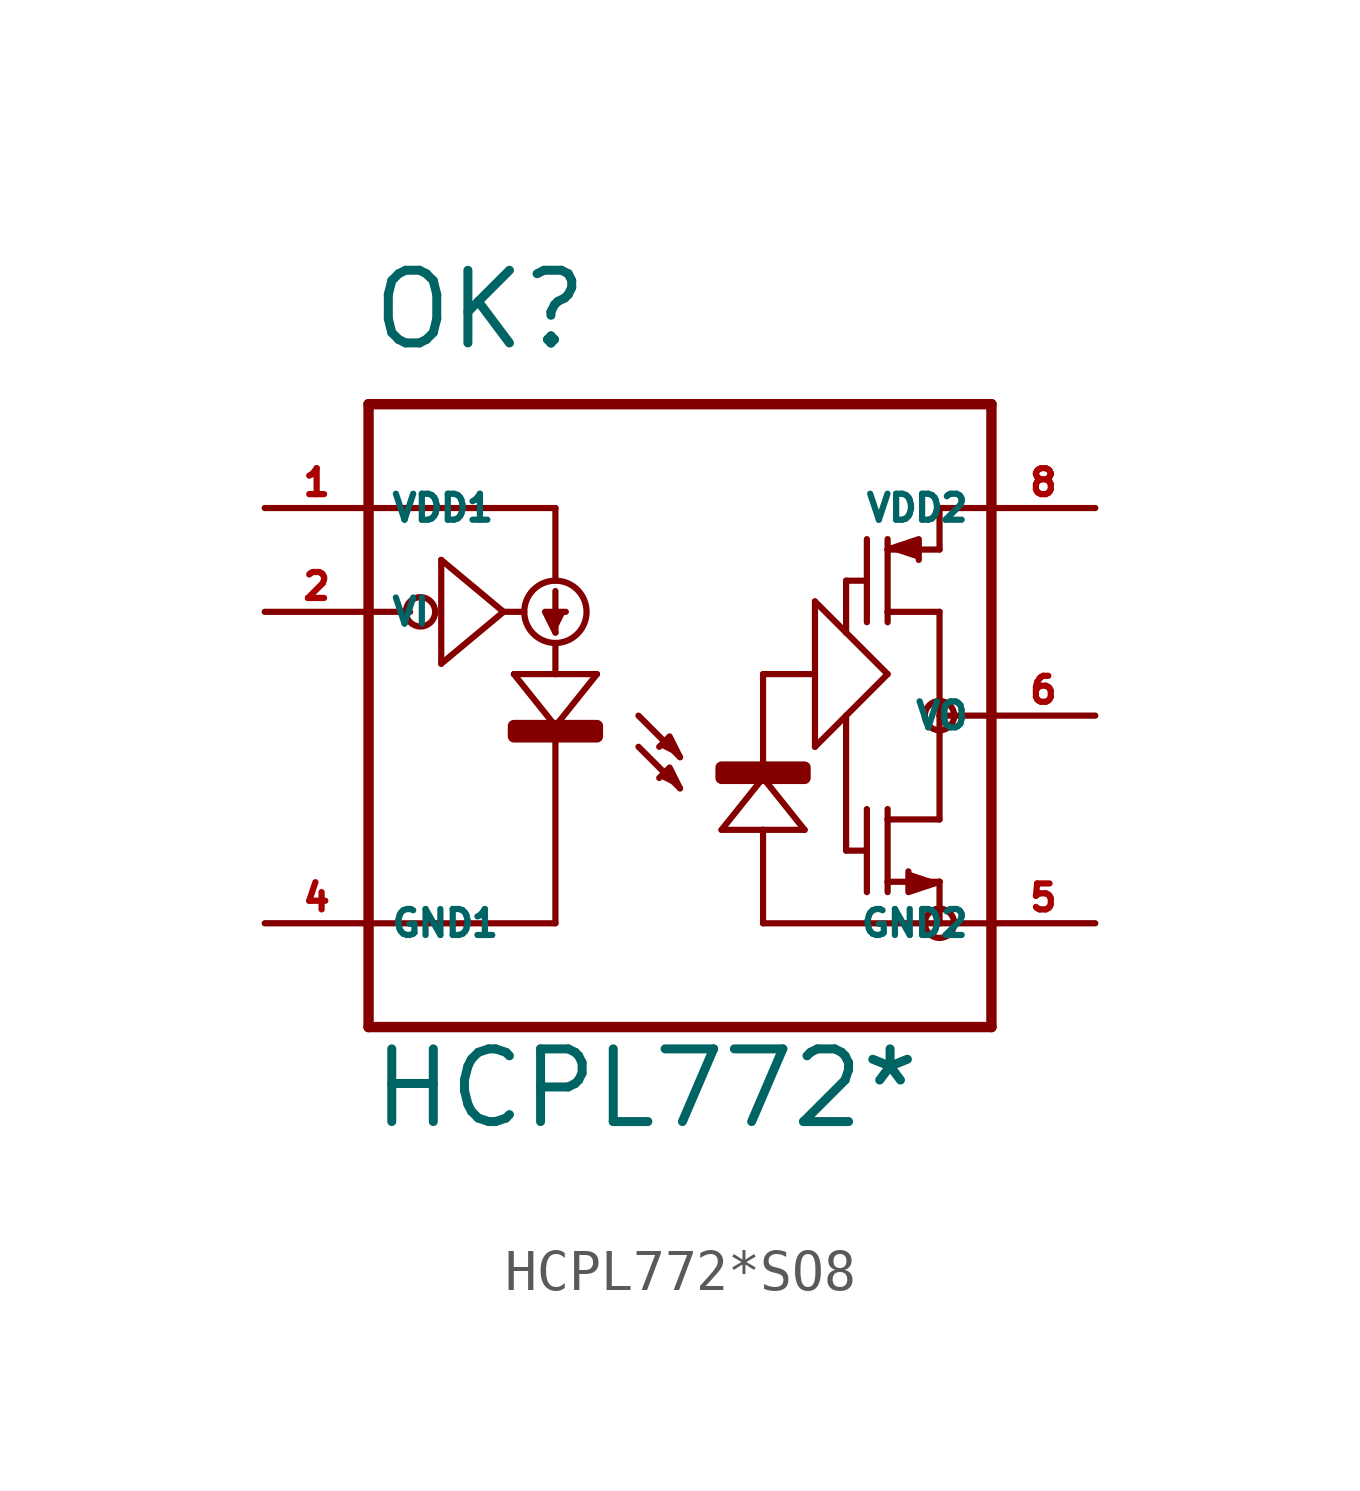
<source format=kicad_sym>
(kicad_symbol_lib
  (version 20220914)
  (generator kicad_symbol_editor)
  (symbol "HCPL772*SO8"
    (property "Reference" "OK"
      (at -10.16 8.89 0)
      (effects (font (size 1.778 1.778) (thickness 0.22)) (justify left bottom)))
    (property "Value" "HCPL772*"
      (at -10.16 -10.16 0)
      (effects (font (size 1.778 1.778) (thickness 0.22)) (justify left bottom)))
    (symbol "HCPL772*SO8_1_1"
      (circle (center -8.89 2.54) (radius 0.359) (stroke (width 0.152) (type default)) (fill (type none)))
      (rectangle (start -6.604 -0.508) (end -4.572 -0.254) (stroke (width 0.3) (type default)) (fill (type outline)))
      (circle (center -5.588 2.54) (radius 0.762) (stroke (width 0.152) (type default)) (fill (type none)))
      (rectangle (start -1.524 -1.524) (end 0.508 -1.27) (stroke (width 0.3) (type default)) (fill (type outline)))
      (polyline (pts (xy -10.16 -7.62) (xy -10.16 -5.08)) (stroke (width 0.254) (type default)) (fill (type none)))
      (polyline (pts (xy -10.16 -5.08) (xy -10.16 2.54)) (stroke (width 0.254) (type default)) (fill (type none)))
      (polyline (pts (xy -10.16 -5.08) (xy -5.588 -5.08)) (stroke (width 0.152) (type default)) (fill (type none)))
      (polyline (pts (xy -10.16 2.54) (xy -10.16 5.08)) (stroke (width 0.254) (type default)) (fill (type none)))
      (polyline (pts (xy -10.16 2.54) (xy -9.144 2.54)) (stroke (width 0.152) (type default)) (fill (type none)))
      (polyline (pts (xy -10.16 5.08) (xy -10.16 7.62)) (stroke (width 0.254) (type default)) (fill (type none)))
      (polyline (pts (xy -10.16 5.08) (xy -5.588 5.08)) (stroke (width 0.152) (type default)) (fill (type none)))
      (polyline (pts (xy -10.16 7.62) (xy 5.08 7.62)) (stroke (width 0.254) (type default)) (fill (type none)))
      (polyline (pts (xy -8.382 1.27) (xy -6.858 2.54)) (stroke (width 0.152) (type default)) (fill (type none)))
      (polyline (pts (xy -8.382 3.81) (xy -8.382 1.27)) (stroke (width 0.152) (type default)) (fill (type none)))
      (polyline (pts (xy -6.858 2.54) (xy -8.382 3.81)) (stroke (width 0.152) (type default)) (fill (type none)))
      (polyline (pts (xy -6.858 2.54) (xy -6.35 2.54)) (stroke (width 0.152) (type default)) (fill (type none)))
      (polyline (pts (xy -6.604 1.016) (xy -5.588 -0.254)) (stroke (width 0.152) (type default)) (fill (type none)))
      (polyline (pts (xy -5.588 -0.254) (xy -5.588 -5.08)) (stroke (width 0.152) (type default)) (fill (type none)))
      (polyline (pts (xy -5.588 -0.254) (xy -4.572 1.016)) (stroke (width 0.152) (type default)) (fill (type none)))
      (polyline (pts (xy -5.588 1.016) (xy -6.604 1.016)) (stroke (width 0.152) (type default)) (fill (type none)))
      (polyline (pts (xy -5.588 1.778) (xy -5.588 1.016)) (stroke (width 0.152) (type default)) (fill (type none)))
      (polyline (pts (xy -5.588 3.048) (xy -5.588 2.032)) (stroke (width 0.152) (type default)) (fill (type none)))
      (polyline (pts (xy -5.588 5.08) (xy -5.588 3.302)) (stroke (width 0.152) (type default)) (fill (type none)))
      (polyline (pts (xy -4.572 1.016) (xy -5.588 1.016)) (stroke (width 0.152) (type default)) (fill (type none)))
      (polyline (pts (xy -3.556 -0.762) (xy -2.54 -1.778)) (stroke (width 0.152) (type default)) (fill (type none)))
      (polyline (pts (xy -3.556 0) (xy -2.54 -1.016)) (stroke (width 0.152) (type default)) (fill (type none)))
      (polyline (pts (xy -1.524 -2.794) (xy -0.508 -1.524)) (stroke (width 0.152) (type default)) (fill (type none)))
      (polyline (pts (xy -0.508 -5.08) (xy -0.508 -2.794)) (stroke (width 0.152) (type default)) (fill (type none)))
      (polyline (pts (xy -0.508 -2.794) (xy -1.524 -2.794)) (stroke (width 0.152) (type default)) (fill (type none)))
      (polyline (pts (xy -0.508 -1.524) (xy -0.508 1.016)) (stroke (width 0.152) (type default)) (fill (type none)))
      (polyline (pts (xy -0.508 -1.524) (xy 0.508 -2.794)) (stroke (width 0.152) (type default)) (fill (type none)))
      (polyline (pts (xy -0.508 1.016) (xy 0.762 1.016)) (stroke (width 0.152) (type default)) (fill (type none)))
      (polyline (pts (xy 0.508 -2.794) (xy -0.508 -2.794)) (stroke (width 0.152) (type default)) (fill (type none)))
      (polyline (pts (xy 0.762 -0.762) (xy 1.524 0)) (stroke (width 0.152) (type default)) (fill (type none)))
      (polyline (pts (xy 0.762 1.016) (xy 0.762 -0.762)) (stroke (width 0.152) (type default)) (fill (type none)))
      (polyline (pts (xy 0.762 2.794) (xy 0.762 1.016)) (stroke (width 0.152) (type default)) (fill (type none)))
      (polyline (pts (xy 1.524 -3.302) (xy 2.032 -3.302)) (stroke (width 0.152) (type default)) (fill (type none)))
      (polyline (pts (xy 1.524 0) (xy 1.524 -3.302)) (stroke (width 0.152) (type default)) (fill (type none)))
      (polyline (pts (xy 1.524 0) (xy 2.54 1.016)) (stroke (width 0.152) (type default)) (fill (type none)))
      (polyline (pts (xy 1.524 2.032) (xy 0.762 2.794)) (stroke (width 0.152) (type default)) (fill (type none)))
      (polyline (pts (xy 1.524 2.032) (xy 1.524 3.302)) (stroke (width 0.152) (type default)) (fill (type none)))
      (polyline (pts (xy 1.524 3.302) (xy 2.032 3.302)) (stroke (width 0.152) (type default)) (fill (type none)))
      (polyline (pts (xy 2.032 -2.286) (xy 2.032 -4.318)) (stroke (width 0.152) (type default)) (fill (type none)))
      (polyline (pts (xy 2.032 4.318) (xy 2.032 2.286)) (stroke (width 0.152) (type default)) (fill (type none)))
      (polyline (pts (xy 2.54 -4.064) (xy 2.54 -4.318)) (stroke (width 0.152) (type default)) (fill (type none)))
      (polyline (pts (xy 2.54 -4.064) (xy 3.81 -4.064)) (stroke (width 0.152) (type default)) (fill (type none)))
      (polyline (pts (xy 2.54 -2.54) (xy 2.54 -4.064)) (stroke (width 0.152) (type default)) (fill (type none)))
      (polyline (pts (xy 2.54 -2.286) (xy 2.54 -2.54)) (stroke (width 0.152) (type default)) (fill (type none)))
      (polyline (pts (xy 2.54 1.016) (xy 1.524 2.032)) (stroke (width 0.152) (type default)) (fill (type none)))
      (polyline (pts (xy 2.54 2.54) (xy 2.54 2.286)) (stroke (width 0.152) (type default)) (fill (type none)))
      (polyline (pts (xy 2.54 2.54) (xy 3.81 2.54)) (stroke (width 0.152) (type default)) (fill (type none)))
      (polyline (pts (xy 2.54 4.064) (xy 2.54 2.54)) (stroke (width 0.152) (type default)) (fill (type none)))
      (polyline (pts (xy 2.54 4.064) (xy 3.81 4.064)) (stroke (width 0.152) (type default)) (fill (type none)))
      (polyline (pts (xy 2.54 4.318) (xy 2.54 4.064)) (stroke (width 0.152) (type default)) (fill (type none)))
      (polyline (pts (xy 3.81 -5.08) (xy -0.508 -5.08)) (stroke (width 0.152) (type default)) (fill (type none)))
      (polyline (pts (xy 3.81 -5.08) (xy 5.08 -5.08)) (stroke (width 0.152) (type default)) (fill (type none)))
      (polyline (pts (xy 3.81 -4.064) (xy 3.81 -5.08)) (stroke (width 0.152) (type default)) (fill (type none)))
      (polyline (pts (xy 3.81 -2.54) (xy 2.54 -2.54)) (stroke (width 0.152) (type default)) (fill (type none)))
      (polyline (pts (xy 3.81 0) (xy 3.81 -2.54)) (stroke (width 0.152) (type default)) (fill (type none)))
      (polyline (pts (xy 3.81 0) (xy 5.08 0)) (stroke (width 0.152) (type default)) (fill (type none)))
      (polyline (pts (xy 3.81 2.54) (xy 3.81 0)) (stroke (width 0.152) (type default)) (fill (type none)))
      (polyline (pts (xy 3.81 4.064) (xy 3.81 5.08)) (stroke (width 0.152) (type default)) (fill (type none)))
      (polyline (pts (xy 3.81 5.08) (xy 5.08 5.08)) (stroke (width 0.152) (type default)) (fill (type none)))
      (polyline (pts (xy 5.08 -7.62) (xy -10.16 -7.62)) (stroke (width 0.254) (type default)) (fill (type none)))
      (polyline (pts (xy 5.08 -5.08) (xy 5.08 -7.62)) (stroke (width 0.254) (type default)) (fill (type none)))
      (polyline (pts (xy 5.08 0) (xy 5.08 -5.08)) (stroke (width 0.254) (type default)) (fill (type none)))
      (polyline (pts (xy 5.08 5.08) (xy 5.08 0)) (stroke (width 0.254) (type default)) (fill (type none)))
      (polyline (pts (xy 5.08 7.62) (xy 5.08 5.08)) (stroke (width 0.254) (type default)) (fill (type none)))
      (polyline (pts (xy -5.588 2.032) (xy -5.842 2.54) (xy -5.334 2.54)) (stroke (width 0.152) (type default)) (fill (type outline)))
      (polyline (pts (xy -2.54 -1.778) (xy -2.794 -1.27) (xy -3.048 -1.524)) (stroke (width 0.152) (type default)) (fill (type outline)))
      (polyline (pts (xy -2.54 -1.016) (xy -2.794 -0.508) (xy -3.048 -0.762)) (stroke (width 0.152) (type default)) (fill (type outline)))
      (polyline (pts (xy 2.54 4.064) (xy 3.302 4.318) (xy 3.302 3.81)) (stroke (width 0.152) (type default)) (fill (type outline)))
      (polyline (pts (xy 3.048 -3.81) (xy 3.048 -4.318) (xy 3.81 -4.064)) (stroke (width 0.152) (type default)) (fill (type outline)))
      (circle (center 3.81 -5.08) (radius 0.359) (stroke (width 0) (type default)) (fill (type none)))
      (circle (center 3.81 0) (radius 0.359) (stroke (width 0) (type default)) (fill (type none)))
      (pin passive line (at -12.7 5.08 0) (length 2.54) (name "VDD1" (effects (font (size 0.635 0.635)))) (number "1" (effects (font (size 0.635 0.635)))))
      (pin input line (at -12.7 2.54 0) (length 2.54) (name "VI" (effects (font (size 0.635 0.635)))) (number "2" (effects (font (size 0.635 0.635)))))
      (pin passive line (at -12.7 -5.08 0) (length 2.54) (name "GND1" (effects (font (size 0.635 0.635)))) (number "4" (effects (font (size 0.635 0.635)))))
      (pin passive line (at 7.62 -5.08 180) (length 2.54) (name "GND2" (effects (font (size 0.635 0.635)))) (number "5" (effects (font (size 0.635 0.635)))))
      (pin passive line (at 7.62 0 180) (length 2.54) (name "VO" (effects (font (size 0.635 0.635)))) (number "6" (effects (font (size 0.635 0.635)))))
      (pin passive line (at 7.62 5.08 180) (length 2.54) (name "VDD2" (effects (font (size 0.635 0.635)))) (number "8" (effects (font (size 0.635 0.635))))))))
</source>
